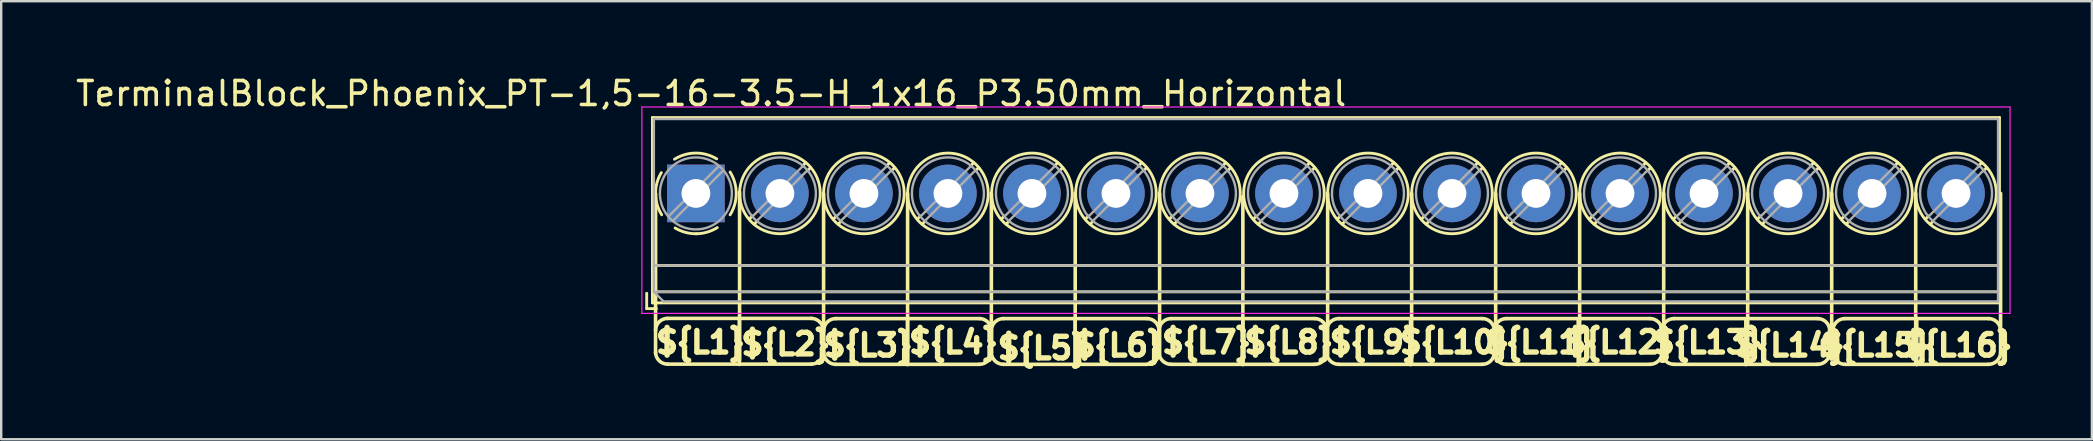
<source format=kicad_pcb>
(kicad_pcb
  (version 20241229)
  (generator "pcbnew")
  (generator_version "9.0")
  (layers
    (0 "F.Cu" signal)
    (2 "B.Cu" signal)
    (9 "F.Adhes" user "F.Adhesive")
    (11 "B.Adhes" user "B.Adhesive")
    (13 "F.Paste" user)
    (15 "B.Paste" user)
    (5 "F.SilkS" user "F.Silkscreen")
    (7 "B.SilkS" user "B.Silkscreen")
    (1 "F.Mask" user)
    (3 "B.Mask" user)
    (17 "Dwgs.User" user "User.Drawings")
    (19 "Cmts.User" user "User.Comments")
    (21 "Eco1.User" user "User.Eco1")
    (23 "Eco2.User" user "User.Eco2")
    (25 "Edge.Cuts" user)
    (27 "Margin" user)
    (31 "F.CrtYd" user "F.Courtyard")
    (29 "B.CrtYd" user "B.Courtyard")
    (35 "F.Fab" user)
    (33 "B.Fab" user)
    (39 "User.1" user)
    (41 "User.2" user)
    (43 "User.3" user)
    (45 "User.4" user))
  (footprint "TerminalBlock_Phoenix_PT-1,5-16-3.5-H_1x16_P3.50mm_Horizontal"
    (layer "F.Cu")
    (at 25.942 5.008)
    (property "Reference" "TerminalBlock_Phoenix_PT-1,5-16-3.5-H_1x16_P3.50mm_Horizontal" (at 0.635 -4.16 0) (layer "F.SilkS") (effects (font (size 1 1) (thickness 0.15))))
    (attr through_hole)
    (fp_line (start -2.05 4.16) (end -2.05 4.8) (stroke (width 0.12) (type solid)) (layer "F.SilkS"))
    (fp_line (start -2.05 4.8) (end -1.65 4.8) (stroke (width 0.12) (type solid)) (layer "F.SilkS"))
    (fp_line (start -1.81 -3.16) (end -1.81 4.56) (stroke (width 0.12) (type solid)) (layer "F.SilkS"))
    (fp_line (start -1.81 -3.16) (end 54.31 -3.16) (stroke (width 0.12) (type solid)) (layer "F.SilkS"))
    (fp_line (start -1.81 3) (end 54.31 3) (stroke (width 0.12) (type solid)) (layer "F.SilkS"))
    (fp_line (start -1.81 4.1) (end 54.31 4.1) (stroke (width 0.12) (type solid)) (layer "F.SilkS"))
    (fp_line (start -1.81 4.56) (end 54.31 4.56) (stroke (width 0.12) (type solid)) (layer "F.SilkS"))
    (fp_line (start -1.68 0.014) (end -1.68 5.715) (stroke (width 0.15) (type default)) (layer "F.SilkS"))
    (fp_line (start -1.68 6.663) (end -1.68 5.758) (stroke (width 0.15) (type default)) (layer "F.SilkS"))
    (fp_line (start -1.18 5.207) (end 4.805 5.207) (stroke (width 0.15) (type default)) (layer "F.SilkS"))
    (fp_line (start 1.812 5.22) (end 1.812 7.125) (stroke (width 0.15) (type default)) (layer "F.SilkS"))
    (fp_line (start 1.82 -0.051) (end 1.82 6.934) (stroke (width 0.15) (type default)) (layer "F.SilkS"))
    (fp_line (start 2.355 0.941) (end 2.226 1.069) (stroke (width 0.12) (type solid)) (layer "F.SilkS"))
    (fp_line (start 2.525 1.181) (end 2.431 1.274) (stroke (width 0.12) (type solid)) (layer "F.SilkS"))
    (fp_line (start 4.57 -1.275) (end 4.476 -1.181) (stroke (width 0.12) (type solid)) (layer "F.SilkS"))
    (fp_line (start 4.775 -1.069) (end 4.646 -0.941) (stroke (width 0.12) (type solid)) (layer "F.SilkS"))
    (fp_line (start 4.805 7.112) (end -1.18 7.112) (stroke (width 0.15) (type default)) (layer "F.SilkS"))
    (fp_line (start 5.305 5.758) (end 5.305 6.663) (stroke (width 0.15) (type default)) (layer "F.SilkS"))
    (fp_line (start 5.32 0) (end 5.32 5.715) (stroke (width 0.15) (type default)) (layer "F.SilkS"))
    (fp_line (start 5.325 6.62) (end 5.325 5.715) (stroke (width 0.15) (type default)) (layer "F.SilkS"))
    (fp_line (start 5.825 5.215) (end 11.81 5.215) (stroke (width 0.15) (type default)) (layer "F.SilkS"))
    (fp_line (start 5.855 0.941) (end 5.726 1.069) (stroke (width 0.12) (type solid)) (layer "F.SilkS"))
    (fp_line (start 6.025 1.181) (end 5.931 1.274) (stroke (width 0.12) (type solid)) (layer "F.SilkS"))
    (fp_line (start 8.07 -1.275) (end 7.976 -1.181) (stroke (width 0.12) (type solid)) (layer "F.SilkS"))
    (fp_line (start 8.275 -1.069) (end 8.146 -0.941) (stroke (width 0.12) (type solid)) (layer "F.SilkS"))
    (fp_line (start 8.818 5.228) (end 8.818 7.133) (stroke (width 0.15) (type default)) (layer "F.SilkS"))
    (fp_line (start 8.82 0) (end 8.82 6.985) (stroke (width 0.15) (type default)) (layer "F.SilkS"))
    (fp_line (start 9.355 0.941) (end 9.226 1.069) (stroke (width 0.12) (type solid)) (layer "F.SilkS"))
    (fp_line (start 9.525 1.181) (end 9.431 1.274) (stroke (width 0.12) (type solid)) (layer "F.SilkS"))
    (fp_line (start 11.57 -1.275) (end 11.476 -1.181) (stroke (width 0.12) (type solid)) (layer "F.SilkS"))
    (fp_line (start 11.775 -1.069) (end 11.646 -0.941) (stroke (width 0.12) (type solid)) (layer "F.SilkS"))
    (fp_line (start 11.81 7.12) (end 5.825 7.12) (stroke (width 0.15) (type default)) (layer "F.SilkS"))
    (fp_line (start 12.31 0) (end 12.31 6.62) (stroke (width 0.15) (type default)) (layer "F.SilkS"))
    (fp_line (start 12.31 5.715) (end 12.31 6.62) (stroke (width 0.15) (type default)) (layer "F.SilkS"))
    (fp_line (start 12.31 6.62) (end 12.31 5.715) (stroke (width 0.15) (type default)) (layer "F.SilkS"))
    (fp_line (start 12.81 5.215) (end 18.795 5.215) (stroke (width 0.15) (type default)) (layer "F.SilkS"))
    (fp_line (start 12.855 0.941) (end 12.726 1.069) (stroke (width 0.12) (type solid)) (layer "F.SilkS"))
    (fp_line (start 13.025 1.181) (end 12.931 1.274) (stroke (width 0.12) (type solid)) (layer "F.SilkS"))
    (fp_line (start 15.07 -1.275) (end 14.976 -1.181) (stroke (width 0.12) (type solid)) (layer "F.SilkS"))
    (fp_line (start 15.275 -1.069) (end 15.146 -0.941) (stroke (width 0.12) (type solid)) (layer "F.SilkS"))
    (fp_line (start 15.803 0) (end 15.803 7.12) (stroke (width 0.15) (type default)) (layer "F.SilkS"))
    (fp_line (start 15.803 5.228) (end 15.803 7.133) (stroke (width 0.15) (type default)) (layer "F.SilkS"))
    (fp_line (start 16.355 0.941) (end 16.226 1.069) (stroke (width 0.12) (type solid)) (layer "F.SilkS"))
    (fp_line (start 16.525 1.181) (end 16.431 1.274) (stroke (width 0.12) (type solid)) (layer "F.SilkS"))
    (fp_line (start 18.57 -1.275) (end 18.476 -1.181) (stroke (width 0.12) (type solid)) (layer "F.SilkS"))
    (fp_line (start 18.775 -1.069) (end 18.646 -0.941) (stroke (width 0.12) (type solid)) (layer "F.SilkS"))
    (fp_line (start 18.795 7.12) (end 12.81 7.12) (stroke (width 0.15) (type default)) (layer "F.SilkS"))
    (fp_line (start 19.295 5.715) (end 19.295 6.62) (stroke (width 0.15) (type default)) (layer "F.SilkS"))
    (fp_line (start 19.295 6.62) (end 19.295 5.715) (stroke (width 0.15) (type default)) (layer "F.SilkS"))
    (fp_line (start 19.32 0) (end 19.32 6.731) (stroke (width 0.15) (type default)) (layer "F.SilkS"))
    (fp_line (start 19.795 5.215) (end 25.78 5.215) (stroke (width 0.15) (type default)) (layer "F.SilkS"))
    (fp_line (start 19.855 0.941) (end 19.726 1.069) (stroke (width 0.12) (type solid)) (layer "F.SilkS"))
    (fp_line (start 20.025 1.181) (end 19.931 1.274) (stroke (width 0.12) (type solid)) (layer "F.SilkS"))
    (fp_line (start 22.07 -1.275) (end 21.976 -1.181) (stroke (width 0.12) (type solid)) (layer "F.SilkS"))
    (fp_line (start 22.275 -1.069) (end 22.146 -0.941) (stroke (width 0.12) (type solid)) (layer "F.SilkS"))
    (fp_line (start 22.788 0.135) (end 22.788 7.12) (stroke (width 0.15) (type default)) (layer "F.SilkS"))
    (fp_line (start 22.788 5.228) (end 22.788 7.133) (stroke (width 0.15) (type default)) (layer "F.SilkS"))
    (fp_line (start 23.355 0.941) (end 23.226 1.069) (stroke (width 0.12) (type solid)) (layer "F.SilkS"))
    (fp_line (start 23.525 1.181) (end 23.431 1.274) (stroke (width 0.12) (type solid)) (layer "F.SilkS"))
    (fp_line (start 25.57 -1.275) (end 25.476 -1.181) (stroke (width 0.12) (type solid)) (layer "F.SilkS"))
    (fp_line (start 25.775 -1.069) (end 25.646 -0.941) (stroke (width 0.12) (type solid)) (layer "F.SilkS"))
    (fp_line (start 25.78 7.12) (end 19.795 7.12) (stroke (width 0.15) (type default)) (layer "F.SilkS"))
    (fp_line (start 26.28 5.715) (end 26.28 6.62) (stroke (width 0.15) (type default)) (layer "F.SilkS"))
    (fp_line (start 26.28 6.62) (end 26.28 5.715) (stroke (width 0.15) (type default)) (layer "F.SilkS"))
    (fp_line (start 26.32 0) (end 26.32 6.731) (stroke (width 0.15) (type default)) (layer "F.SilkS"))
    (fp_line (start 26.78 5.215) (end 32.765 5.215) (stroke (width 0.15) (type default)) (layer "F.SilkS"))
    (fp_line (start 26.855 0.941) (end 26.726 1.069) (stroke (width 0.12) (type solid)) (layer "F.SilkS"))
    (fp_line (start 27.025 1.181) (end 26.931 1.274) (stroke (width 0.12) (type solid)) (layer "F.SilkS"))
    (fp_line (start 29.07 -1.275) (end 28.976 -1.181) (stroke (width 0.12) (type solid)) (layer "F.SilkS"))
    (fp_line (start 29.275 -1.069) (end 29.146 -0.941) (stroke (width 0.12) (type solid)) (layer "F.SilkS"))
    (fp_line (start 29.773 5.228) (end 29.773 7.133) (stroke (width 0.15) (type default)) (layer "F.SilkS"))
    (fp_line (start 29.82 0) (end 29.82 7.112) (stroke (width 0.15) (type default)) (layer "F.SilkS"))
    (fp_line (start 30.355 0.941) (end 30.226 1.069) (stroke (width 0.12) (type solid)) (layer "F.SilkS"))
    (fp_line (start 30.525 1.181) (end 30.431 1.274) (stroke (width 0.12) (type solid)) (layer "F.SilkS"))
    (fp_line (start 32.57 -1.275) (end 32.476 -1.181) (stroke (width 0.12) (type solid)) (layer "F.SilkS"))
    (fp_line (start 32.765 7.12) (end 26.78 7.12) (stroke (width 0.15) (type default)) (layer "F.SilkS"))
    (fp_line (start 32.775 -1.069) (end 32.646 -0.941) (stroke (width 0.12) (type solid)) (layer "F.SilkS"))
    (fp_line (start 33.265 5.715) (end 33.265 6.62) (stroke (width 0.15) (type default)) (layer "F.SilkS"))
    (fp_line (start 33.265 6.62) (end 33.265 5.715) (stroke (width 0.15) (type default)) (layer "F.SilkS"))
    (fp_line (start 33.32 0) (end 33.32 6.731) (stroke (width 0.15) (type default)) (layer "F.SilkS"))
    (fp_line (start 33.765 5.215) (end 39.75 5.215) (stroke (width 0.15) (type default)) (layer "F.SilkS"))
    (fp_line (start 33.855 0.941) (end 33.726 1.069) (stroke (width 0.12) (type solid)) (layer "F.SilkS"))
    (fp_line (start 34.025 1.181) (end 33.931 1.274) (stroke (width 0.12) (type solid)) (layer "F.SilkS"))
    (fp_line (start 36.07 -1.275) (end 35.976 -1.181) (stroke (width 0.12) (type solid)) (layer "F.SilkS"))
    (fp_line (start 36.275 -1.069) (end 36.146 -0.941) (stroke (width 0.12) (type solid)) (layer "F.SilkS"))
    (fp_line (start 36.758 5.228) (end 36.758 7.133) (stroke (width 0.15) (type default)) (layer "F.SilkS"))
    (fp_line (start 36.82 0) (end 36.82 7.112) (stroke (width 0.15) (type default)) (layer "F.SilkS"))
    (fp_line (start 37.355 0.941) (end 37.226 1.069) (stroke (width 0.12) (type solid)) (layer "F.SilkS"))
    (fp_line (start 37.525 1.181) (end 37.431 1.274) (stroke (width 0.12) (type solid)) (layer "F.SilkS"))
    (fp_line (start 39.57 -1.275) (end 39.476 -1.181) (stroke (width 0.12) (type solid)) (layer "F.SilkS"))
    (fp_line (start 39.75 7.12) (end 33.765 7.12) (stroke (width 0.15) (type default)) (layer "F.SilkS"))
    (fp_line (start 39.775 -1.069) (end 39.646 -0.941) (stroke (width 0.12) (type solid)) (layer "F.SilkS"))
    (fp_line (start 40.25 5.715) (end 40.25 6.62) (stroke (width 0.15) (type default)) (layer "F.SilkS"))
    (fp_line (start 40.25 6.62) (end 40.25 5.715) (stroke (width 0.15) (type default)) (layer "F.SilkS"))
    (fp_line (start 40.32 0) (end 40.32 6.858) (stroke (width 0.15) (type default)) (layer "F.SilkS"))
    (fp_line (start 40.75 5.215) (end 46.735 5.215) (stroke (width 0.15) (type default)) (layer "F.SilkS"))
    (fp_line (start 40.855 0.941) (end 40.726 1.069) (stroke (width 0.12) (type solid)) (layer "F.SilkS"))
    (fp_line (start 41.025 1.181) (end 40.931 1.274) (stroke (width 0.12) (type solid)) (layer "F.SilkS"))
    (fp_line (start 43.07 -1.275) (end 42.976 -1.181) (stroke (width 0.12) (type solid)) (layer "F.SilkS"))
    (fp_line (start 43.275 -1.069) (end 43.146 -0.941) (stroke (width 0.12) (type solid)) (layer "F.SilkS"))
    (fp_line (start 43.743 5.228) (end 43.743 7.133) (stroke (width 0.15) (type default)) (layer "F.SilkS"))
    (fp_line (start 43.82 0) (end 43.82 7.112) (stroke (width 0.15) (type default)) (layer "F.SilkS"))
    (fp_line (start 44.355 0.941) (end 44.226 1.069) (stroke (width 0.12) (type solid)) (layer "F.SilkS"))
    (fp_line (start 44.525 1.181) (end 44.431 1.274) (stroke (width 0.12) (type solid)) (layer "F.SilkS"))
    (fp_line (start 46.57 -1.275) (end 46.476 -1.181) (stroke (width 0.12) (type solid)) (layer "F.SilkS"))
    (fp_line (start 46.735 7.12) (end 40.75 7.12) (stroke (width 0.15) (type default)) (layer "F.SilkS"))
    (fp_line (start 46.775 -1.069) (end 46.646 -0.941) (stroke (width 0.12) (type solid)) (layer "F.SilkS"))
    (fp_line (start 47.235 5.715) (end 47.235 6.62) (stroke (width 0.15) (type default)) (layer "F.SilkS"))
    (fp_line (start 47.32 0) (end 47.32 6.35) (stroke (width 0.15) (type default)) (layer "F.SilkS"))
    (fp_line (start 47.371 6.62) (end 47.371 5.715) (stroke (width 0.15) (type default)) (layer "F.SilkS"))
    (fp_line (start 47.855 0.941) (end 47.726 1.069) (stroke (width 0.12) (type solid)) (layer "F.SilkS"))
    (fp_line (start 47.871 5.215) (end 53.856 5.215) (stroke (width 0.15) (type default)) (layer "F.SilkS"))
    (fp_line (start 48.025 1.181) (end 47.931 1.274) (stroke (width 0.12) (type solid)) (layer "F.SilkS"))
    (fp_line (start 50.07 -1.275) (end 49.976 -1.181) (stroke (width 0.12) (type solid)) (layer "F.SilkS"))
    (fp_line (start 50.275 -1.069) (end 50.146 -0.941) (stroke (width 0.12) (type solid)) (layer "F.SilkS"))
    (fp_line (start 50.82 0) (end 50.82 7.112) (stroke (width 0.15) (type default)) (layer "F.SilkS"))
    (fp_line (start 50.864 5.228) (end 50.864 7.133) (stroke (width 0.15) (type default)) (layer "F.SilkS"))
    (fp_line (start 51.355 0.941) (end 51.226 1.069) (stroke (width 0.12) (type solid)) (layer "F.SilkS"))
    (fp_line (start 51.525 1.181) (end 51.431 1.274) (stroke (width 0.12) (type solid)) (layer "F.SilkS"))
    (fp_line (start 53.57 -1.275) (end 53.476 -1.181) (stroke (width 0.12) (type solid)) (layer "F.SilkS"))
    (fp_line (start 53.775 -1.069) (end 53.646 -0.941) (stroke (width 0.12) (type solid)) (layer "F.SilkS"))
    (fp_line (start 53.856 7.12) (end 47.871 7.12) (stroke (width 0.15) (type default)) (layer "F.SilkS"))
    (fp_line (start 54.31 -3.16) (end 54.31 4.56) (stroke (width 0.12) (type solid)) (layer "F.SilkS"))
    (fp_line (start 54.356 0) (end 54.356 5.715) (stroke (width 0.15) (type default)) (layer "F.SilkS"))
    (fp_line (start 54.356 5.715) (end 54.356 6.62) (stroke (width 0.15) (type default)) (layer "F.SilkS"))
    (fp_arc (start -1.680286 5.707) (mid -1.533839 5.353447) (end -1.180286 5.207) (stroke (width 0.15) (type default)) (layer "F.SilkS"))
    (fp_arc (start -1.425358 0.889894) (mid -1.680286 0.014012) (end -1.44 -0.866) (stroke (width 0.12) (type solid)) (layer "F.SilkS"))
    (fp_arc (start -1.180286 7.112) (mid -1.533839 6.965553) (end -1.680286 6.612) (stroke (width 0.15) (type default)) (layer "F.SilkS"))
    (fp_arc (start -0.889894 -1.425358) (mid -0.014012 -1.680286) (end 0.866 -1.44) (stroke (width 0.12) (type solid)) (layer "F.SilkS"))
    (fp_arc (start 0.028674 1.680099) (mid -0.435535 1.622918) (end -0.866 1.44) (stroke (width 0.12) (type solid)) (layer "F.SilkS"))
    (fp_arc (start 0.890264 1.424721) (mid 0.463071 1.61492) (end 0 1.68) (stroke (width 0.12) (type solid)) (layer "F.SilkS"))
    (fp_arc (start 1.425504 -0.890193) (mid 1.680626 0.000476) (end 1.425 0.891) (stroke (width 0.12) (type solid)) (layer "F.SilkS"))
    (fp_arc (start 4.804714 5.207) (mid 5.158258 5.353452) (end 5.304714 5.707) (stroke (width 0.15) (type default)) (layer "F.SilkS"))
    (fp_arc (start 5.304714 6.612) (mid 5.158268 6.965558) (end 4.804714 7.112) (stroke (width 0.15) (type default)) (layer "F.SilkS"))
    (fp_arc (start 5.325247 5.714999) (mid 5.471694 5.361447) (end 5.825247 5.214999) (stroke (width 0.15) (type default)) (layer "F.SilkS"))
    (fp_arc (start 5.825247 7.119999) (mid 5.471693 6.973553) (end 5.325247 6.619999) (stroke (width 0.15) (type default)) (layer "F.SilkS"))
    (fp_arc (start 11.810247 5.214999) (mid 12.1638 5.361446) (end 12.310247 5.714999) (stroke (width 0.15) (type default)) (layer "F.SilkS"))
    (fp_arc (start 12.310247 5.714999) (mid 12.456694 5.361449) (end 12.810247 5.214999) (stroke (width 0.15) (type default)) (layer "F.SilkS"))
    (fp_arc (start 12.310247 6.619999) (mid 12.163801 6.973553) (end 11.810247 7.119999) (stroke (width 0.15) (type default)) (layer "F.SilkS"))
    (fp_arc (start 12.810247 7.119999) (mid 12.456686 6.973556) (end 12.310247 6.619999) (stroke (width 0.15) (type default)) (layer "F.SilkS"))
    (fp_arc (start 18.795247 5.214999) (mid 19.148793 5.36145) (end 19.295247 5.714999) (stroke (width 0.15) (type default)) (layer "F.SilkS"))
    (fp_arc (start 19.295247 5.715) (mid 19.441694 5.361447) (end 19.795247 5.215) (stroke (width 0.15) (type default)) (layer "F.SilkS"))
    (fp_arc (start 19.295247 6.619999) (mid 19.148801 6.973556) (end 18.795247 7.119999) (stroke (width 0.15) (type default)) (layer "F.SilkS"))
    (fp_arc (start 19.795247 7.12) (mid 19.441694 6.973553) (end 19.295247 6.62) (stroke (width 0.15) (type default)) (layer "F.SilkS"))
    (fp_arc (start 25.780247 5.215) (mid 26.1338 5.361447) (end 26.280247 5.715) (stroke (width 0.15) (type default)) (layer "F.SilkS"))
    (fp_arc (start 26.280247 5.714999) (mid 26.426694 5.361446) (end 26.780247 5.214999) (stroke (width 0.15) (type default)) (layer "F.SilkS"))
    (fp_arc (start 26.280247 6.62) (mid 26.1338 6.973553) (end 25.780247 7.12) (stroke (width 0.15) (type default)) (layer "F.SilkS"))
    (fp_arc (start 26.780247 7.119999) (mid 26.426694 6.973552) (end 26.280247 6.619999) (stroke (width 0.15) (type default)) (layer "F.SilkS"))
    (fp_arc (start 32.765247 5.214999) (mid 33.1188 5.361446) (end 33.265247 5.714999) (stroke (width 0.15) (type default)) (layer "F.SilkS"))
    (fp_arc (start 33.265247 5.714999) (mid 33.411694 5.361446) (end 33.765247 5.214999) (stroke (width 0.15) (type default)) (layer "F.SilkS"))
    (fp_arc (start 33.265247 6.619999) (mid 33.1188 6.973552) (end 32.765247 7.119999) (stroke (width 0.15) (type default)) (layer "F.SilkS"))
    (fp_arc (start 33.765247 7.119999) (mid 33.411694 6.973552) (end 33.265247 6.619999) (stroke (width 0.15) (type default)) (layer "F.SilkS"))
    (fp_arc (start 39.750247 5.214999) (mid 40.1038 5.361446) (end 40.250247 5.714999) (stroke (width 0.15) (type default)) (layer "F.SilkS"))
    (fp_arc (start 40.250247 5.714999) (mid 40.396694 5.361446) (end 40.750247 5.214999) (stroke (width 0.15) (type default)) (layer "F.SilkS"))
    (fp_arc (start 40.250247 6.619999) (mid 40.1038 6.973552) (end 39.750247 7.119999) (stroke (width 0.15) (type default)) (layer "F.SilkS"))
    (fp_arc (start 40.750247 7.119999) (mid 40.396694 6.973552) (end 40.250247 6.619999) (stroke (width 0.15) (type default)) (layer "F.SilkS"))
    (fp_arc (start 46.735247 5.214999) (mid 47.0888 5.361446) (end 47.235247 5.714999) (stroke (width 0.15) (type default)) (layer "F.SilkS"))
    (fp_arc (start 47.235247 6.619999) (mid 47.0888 6.973552) (end 46.735247 7.119999) (stroke (width 0.15) (type default)) (layer "F.SilkS"))
    (fp_arc (start 47.371 5.714999) (mid 47.517447 5.361446) (end 47.871 5.214999) (stroke (width 0.15) (type default)) (layer "F.SilkS"))
    (fp_arc (start 47.871 7.119999) (mid 47.517447 6.973552) (end 47.371 6.619999) (stroke (width 0.15) (type default)) (layer "F.SilkS"))
    (fp_arc (start 53.856 5.214999) (mid 54.209553 5.361446) (end 54.356 5.714999) (stroke (width 0.15) (type default)) (layer "F.SilkS"))
    (fp_arc (start 54.356 6.619999) (mid 54.209553 6.973552) (end 53.856 7.119999) (stroke (width 0.15) (type default)) (layer "F.SilkS"))
    (fp_circle (center 3.5 0) (end 5.18 0) (stroke (width 0.12) (type solid)) (fill no) (layer "F.SilkS"))
    (fp_circle (center 7 0) (end 8.68 0) (stroke (width 0.12) (type solid)) (fill no) (layer "F.SilkS"))
    (fp_circle (center 10.5 0) (end 12.18 0) (stroke (width 0.12) (type solid)) (fill no) (layer "F.SilkS"))
    (fp_circle (center 14 0) (end 15.68 0) (stroke (width 0.12) (type solid)) (fill no) (layer "F.SilkS"))
    (fp_circle (center 17.5 0) (end 19.18 0) (stroke (width 0.12) (type solid)) (fill no) (layer "F.SilkS"))
    (fp_circle (center 21 0) (end 22.68 0) (stroke (width 0.12) (type solid)) (fill no) (layer "F.SilkS"))
    (fp_circle (center 24.5 0) (end 26.18 0) (stroke (width 0.12) (type solid)) (fill no) (layer "F.SilkS"))
    (fp_circle (center 28 0) (end 29.68 0) (stroke (width 0.12) (type solid)) (fill no) (layer "F.SilkS"))
    (fp_circle (center 31.5 0) (end 33.18 0) (stroke (width 0.12) (type solid)) (fill no) (layer "F.SilkS"))
    (fp_circle (center 35 0) (end 36.68 0) (stroke (width 0.12) (type solid)) (fill no) (layer "F.SilkS"))
    (fp_circle (center 38.5 0) (end 40.18 0) (stroke (width 0.12) (type solid)) (fill no) (layer "F.SilkS"))
    (fp_circle (center 42 0) (end 43.68 0) (stroke (width 0.12) (type solid)) (fill no) (layer "F.SilkS"))
    (fp_circle (center 45.5 0) (end 47.18 0) (stroke (width 0.12) (type solid)) (fill no) (layer "F.SilkS"))
    (fp_circle (center 49 0) (end 50.68 0) (stroke (width 0.12) (type solid)) (fill no) (layer "F.SilkS"))
    (fp_circle (center 52.5 0) (end 54.18 0) (stroke (width 0.12) (type solid)) (fill no) (layer "F.SilkS"))
    (fp_line (start -2.25 -3.6) (end -2.25 5) (stroke (width 0.05) (type solid)) (layer "F.CrtYd"))
    (fp_line (start -2.25 5) (end 54.75 5) (stroke (width 0.05) (type solid)) (layer "F.CrtYd"))
    (fp_line (start 54.75 -3.6) (end -2.25 -3.6) (stroke (width 0.05) (type solid)) (layer "F.CrtYd"))
    (fp_line (start 54.75 5) (end 54.75 -3.6) (stroke (width 0.05) (type solid)) (layer "F.CrtYd"))
    (fp_line (start -1.75 -3.1) (end 54.25 -3.1) (stroke (width 0.1) (type solid)) (layer "F.Fab"))
    (fp_line (start -1.75 3) (end 54.25 3) (stroke (width 0.1) (type solid)) (layer "F.Fab"))
    (fp_line (start -1.75 4.1) (end -1.75 -3.1) (stroke (width 0.1) (type solid)) (layer "F.Fab"))
    (fp_line (start -1.75 4.1) (end 54.25 4.1) (stroke (width 0.1) (type solid)) (layer "F.Fab"))
    (fp_line (start -1.35 4.5) (end -1.75 4.1) (stroke (width 0.1) (type solid)) (layer "F.Fab"))
    (fp_line (start 0.955 -1.138) (end -1.138 0.955) (stroke (width 0.1) (type solid)) (layer "F.Fab"))
    (fp_line (start 1.138 -0.955) (end -0.955 1.138) (stroke (width 0.1) (type solid)) (layer "F.Fab"))
    (fp_line (start 4.455 -1.138) (end 2.363 0.955) (stroke (width 0.1) (type solid)) (layer "F.Fab"))
    (fp_line (start 4.638 -0.955) (end 2.546 1.138) (stroke (width 0.1) (type solid)) (layer "F.Fab"))
    (fp_line (start 7.955 -1.138) (end 5.863 0.955) (stroke (width 0.1) (type solid)) (layer "F.Fab"))
    (fp_line (start 8.138 -0.955) (end 6.046 1.138) (stroke (width 0.1) (type solid)) (layer "F.Fab"))
    (fp_line (start 11.455 -1.138) (end 9.363 0.955) (stroke (width 0.1) (type solid)) (layer "F.Fab"))
    (fp_line (start 11.638 -0.955) (end 9.546 1.138) (stroke (width 0.1) (type solid)) (layer "F.Fab"))
    (fp_line (start 14.955 -1.138) (end 12.863 0.955) (stroke (width 0.1) (type solid)) (layer "F.Fab"))
    (fp_line (start 15.138 -0.955) (end 13.046 1.138) (stroke (width 0.1) (type solid)) (layer "F.Fab"))
    (fp_line (start 18.455 -1.138) (end 16.363 0.955) (stroke (width 0.1) (type solid)) (layer "F.Fab"))
    (fp_line (start 18.638 -0.955) (end 16.546 1.138) (stroke (width 0.1) (type solid)) (layer "F.Fab"))
    (fp_line (start 21.955 -1.138) (end 19.863 0.955) (stroke (width 0.1) (type solid)) (layer "F.Fab"))
    (fp_line (start 22.138 -0.955) (end 20.046 1.138) (stroke (width 0.1) (type solid)) (layer "F.Fab"))
    (fp_line (start 25.455 -1.138) (end 23.363 0.955) (stroke (width 0.1) (type solid)) (layer "F.Fab"))
    (fp_line (start 25.638 -0.955) (end 23.546 1.138) (stroke (width 0.1) (type solid)) (layer "F.Fab"))
    (fp_line (start 28.955 -1.138) (end 26.863 0.955) (stroke (width 0.1) (type solid)) (layer "F.Fab"))
    (fp_line (start 29.138 -0.955) (end 27.046 1.138) (stroke (width 0.1) (type solid)) (layer "F.Fab"))
    (fp_line (start 32.455 -1.138) (end 30.363 0.955) (stroke (width 0.1) (type solid)) (layer "F.Fab"))
    (fp_line (start 32.638 -0.955) (end 30.546 1.138) (stroke (width 0.1) (type solid)) (layer "F.Fab"))
    (fp_line (start 35.955 -1.138) (end 33.863 0.955) (stroke (width 0.1) (type solid)) (layer "F.Fab"))
    (fp_line (start 36.138 -0.955) (end 34.046 1.138) (stroke (width 0.1) (type solid)) (layer "F.Fab"))
    (fp_line (start 39.455 -1.138) (end 37.363 0.955) (stroke (width 0.1) (type solid)) (layer "F.Fab"))
    (fp_line (start 39.638 -0.955) (end 37.546 1.138) (stroke (width 0.1) (type solid)) (layer "F.Fab"))
    (fp_line (start 42.955 -1.138) (end 40.863 0.955) (stroke (width 0.1) (type solid)) (layer "F.Fab"))
    (fp_line (start 43.138 -0.955) (end 41.046 1.138) (stroke (width 0.1) (type solid)) (layer "F.Fab"))
    (fp_line (start 46.455 -1.138) (end 44.363 0.955) (stroke (width 0.1) (type solid)) (layer "F.Fab"))
    (fp_line (start 46.638 -0.955) (end 44.546 1.138) (stroke (width 0.1) (type solid)) (layer "F.Fab"))
    (fp_line (start 49.955 -1.138) (end 47.863 0.955) (stroke (width 0.1) (type solid)) (layer "F.Fab"))
    (fp_line (start 50.138 -0.955) (end 48.046 1.138) (stroke (width 0.1) (type solid)) (layer "F.Fab"))
    (fp_line (start 53.455 -1.138) (end 51.363 0.955) (stroke (width 0.1) (type solid)) (layer "F.Fab"))
    (fp_line (start 53.638 -0.955) (end 51.546 1.138) (stroke (width 0.1) (type solid)) (layer "F.Fab"))
    (fp_line (start 54.25 -3.1) (end 54.25 4.5) (stroke (width 0.1) (type solid)) (layer "F.Fab"))
    (fp_line (start 54.25 4.5) (end -1.35 4.5) (stroke (width 0.1) (type solid)) (layer "F.Fab"))
    (fp_circle (center 0 0) (end 1.5 0) (stroke (width 0.1) (type solid)) (fill no) (layer "F.Fab"))
    (fp_circle (center 3.5 0) (end 5 0) (stroke (width 0.1) (type solid)) (fill no) (layer "F.Fab"))
    (fp_circle (center 7 0) (end 8.5 0) (stroke (width 0.1) (type solid)) (fill no) (layer "F.Fab"))
    (fp_circle (center 10.5 0) (end 12 0) (stroke (width 0.1) (type solid)) (fill no) (layer "F.Fab"))
    (fp_circle (center 14 0) (end 15.5 0) (stroke (width 0.1) (type solid)) (fill no) (layer "F.Fab"))
    (fp_circle (center 17.5 0) (end 19 0) (stroke (width 0.1) (type solid)) (fill no) (layer "F.Fab"))
    (fp_circle (center 21 0) (end 22.5 0) (stroke (width 0.1) (type solid)) (fill no) (layer "F.Fab"))
    (fp_circle (center 24.5 0) (end 26 0) (stroke (width 0.1) (type solid)) (fill no) (layer "F.Fab"))
    (fp_circle (center 28 0) (end 29.5 0) (stroke (width 0.1) (type solid)) (fill no) (layer "F.Fab"))
    (fp_circle (center 31.5 0) (end 33 0) (stroke (width 0.1) (type solid)) (fill no) (layer "F.Fab"))
    (fp_circle (center 35 0) (end 36.5 0) (stroke (width 0.1) (type solid)) (fill no) (layer "F.Fab"))
    (fp_circle (center 38.5 0) (end 40 0) (stroke (width 0.1) (type solid)) (fill no) (layer "F.Fab"))
    (fp_circle (center 42 0) (end 43.5 0) (stroke (width 0.1) (type solid)) (fill no) (layer "F.Fab"))
    (fp_circle (center 45.5 0) (end 47 0) (stroke (width 0.1) (type solid)) (fill no) (layer "F.Fab"))
    (fp_circle (center 49 0) (end 50.5 0) (stroke (width 0.1) (type solid)) (fill no) (layer "F.Fab"))
    (fp_circle (center 52.5 0) (end 54 0) (stroke (width 0.1) (type solid)) (fill no) (layer "F.Fab"))
    (fp_text user "${L16}" (at 50.165 6.858 0) (unlocked yes) (layer "F.SilkS") (effects (font (size 0.9 0.9) (thickness 0.225)) (justify left bottom)))
    (fp_text user "${L8}" (at 22.733 6.731 0) (unlocked yes) (layer "F.SilkS") (effects (font (size 0.9 0.9) (thickness 0.225) (bold yes)) (justify left bottom)))
    (fp_text user "${L11}" (at 32.766 6.731 0) (unlocked yes) (layer "F.SilkS") (effects (font (size 0.9 0.9) (thickness 0.225)) (justify left bottom)))
    (fp_text user "${L10}" (at 29.21 6.731 0) (unlocked yes) (layer "F.SilkS") (effects (font (size 0.9 0.9) (thickness 0.225)) (justify left bottom)))
    (fp_text user "${L2}" (at 1.778 6.807 0) (unlocked yes) (layer "F.SilkS") (effects (font (size 0.9 0.9) (thickness 0.225) (bold yes)) (justify left bottom)))
    (fp_text user "${L6}" (at 15.621 6.858 0) (unlocked yes) (layer "F.SilkS") (effects (font (size 0.9 0.9) (thickness 0.225)) (justify left bottom)))
    (fp_text user "${L1}" (at -1.778 6.731 0) (unlocked yes) (layer "F.SilkS") (effects (font (size 0.9 0.9) (thickness 0.225)) (justify left bottom)))
    (fp_text user "${L15}" (at 46.736 6.858 0) (unlocked yes) (layer "F.SilkS") (effects (font (size 0.9 0.9) (thickness 0.225) (bold yes)) (justify left bottom)))
    (fp_text user "${L12}" (at 36.068 6.731 0) (unlocked yes) (layer "F.SilkS") (effects (font (size 0.9 0.9) (thickness 0.225)) (justify left bottom)))
    (fp_text user "${L13}" (at 39.751 6.731 0) (unlocked yes) (layer "F.SilkS") (effects (font (size 0.9 0.9) (thickness 0.225) (bold yes)) (justify left bottom)))
    (fp_text user "${L9}" (at 26.289 6.731 0) (unlocked yes) (layer "F.SilkS") (effects (font (size 0.9 0.9) (thickness 0.225) (bold yes)) (justify left bottom)))
    (fp_text user "${L5}" (at 12.457 6.974 0) (unlocked yes) (layer "F.SilkS") (effects (font (size 0.9 0.9) (thickness 0.225)) (justify left bottom)))
    (fp_text user "${L7}" (at 19.304 6.731 0) (unlocked yes) (layer "F.SilkS") (effects (font (size 0.9 0.9) (thickness 0.225) (bold yes)) (justify left bottom)))
    (fp_text user "${L4}" (at 8.763 6.731 0) (unlocked yes) (layer "F.SilkS") (effects (font (size 0.9 0.9) (thickness 0.225) (bold yes)) (justify left bottom)))
    (fp_text user "${L14}" (at 43.18 6.858 0) (unlocked yes) (layer "F.SilkS") (effects (font (size 0.9 0.9) (thickness 0.225)) (justify left bottom)))
    (fp_text user "${L3}" (at 5.207 6.858 0) (unlocked yes) (layer "F.SilkS") (effects (font (size 0.9 0.9) (thickness 0.225)) (justify left bottom)))
    (pad "1" thru_hole rect (at 0 0) (size 2.4 2.4) (drill 1.2) (layers "*.Cu" "*.Mask"))
    (pad "2" thru_hole circle (at 3.5 0) (size 2.4 2.4) (drill 1.2) (layers "*.Cu" "*.Mask"))
    (pad "3" thru_hole circle (at 7 0) (size 2.4 2.4) (drill 1.2) (layers "*.Cu" "*.Mask"))
    (pad "4" thru_hole circle (at 10.5 0) (size 2.4 2.4) (drill 1.2) (layers "*.Cu" "*.Mask"))
    (pad "5" thru_hole circle (at 14 0) (size 2.4 2.4) (drill 1.2) (layers "*.Cu" "*.Mask"))
    (pad "6" thru_hole circle (at 17.5 0) (size 2.4 2.4) (drill 1.2) (layers "*.Cu" "*.Mask"))
    (pad "7" thru_hole circle (at 21 0) (size 2.4 2.4) (drill 1.2) (layers "*.Cu" "*.Mask"))
    (pad "8" thru_hole circle (at 24.5 0) (size 2.4 2.4) (drill 1.2) (layers "*.Cu" "*.Mask"))
    (pad "9" thru_hole circle (at 28 0) (size 2.4 2.4) (drill 1.2) (layers "*.Cu" "*.Mask"))
    (pad "10" thru_hole circle (at 31.5 0) (size 2.4 2.4) (drill 1.2) (layers "*.Cu" "*.Mask"))
    (pad "11" thru_hole circle (at 35 0) (size 2.4 2.4) (drill 1.2) (layers "*.Cu" "*.Mask"))
    (pad "12" thru_hole circle (at 38.5 0) (size 2.4 2.4) (drill 1.2) (layers "*.Cu" "*.Mask"))
    (pad "13" thru_hole circle (at 42 0) (size 2.4 2.4) (drill 1.2) (layers "*.Cu" "*.Mask"))
    (pad "14" thru_hole circle (at 45.5 0) (size 2.4 2.4) (drill 1.2) (layers "*.Cu" "*.Mask"))
    (pad "15" thru_hole circle (at 49 0) (size 2.4 2.4) (drill 1.2) (layers "*.Cu" "*.Mask"))
    (pad "16" thru_hole circle (at 52.5 0) (size 2.4 2.4) (drill 1.2) (layers "*.Cu" "*.Mask")))
  (gr_rect
    (start -3 -3)
    (end 84.102 15.25)
    (stroke (width 0.1) (type default))
    (fill no)
    (layer "Edge.Cuts")))
</source>
